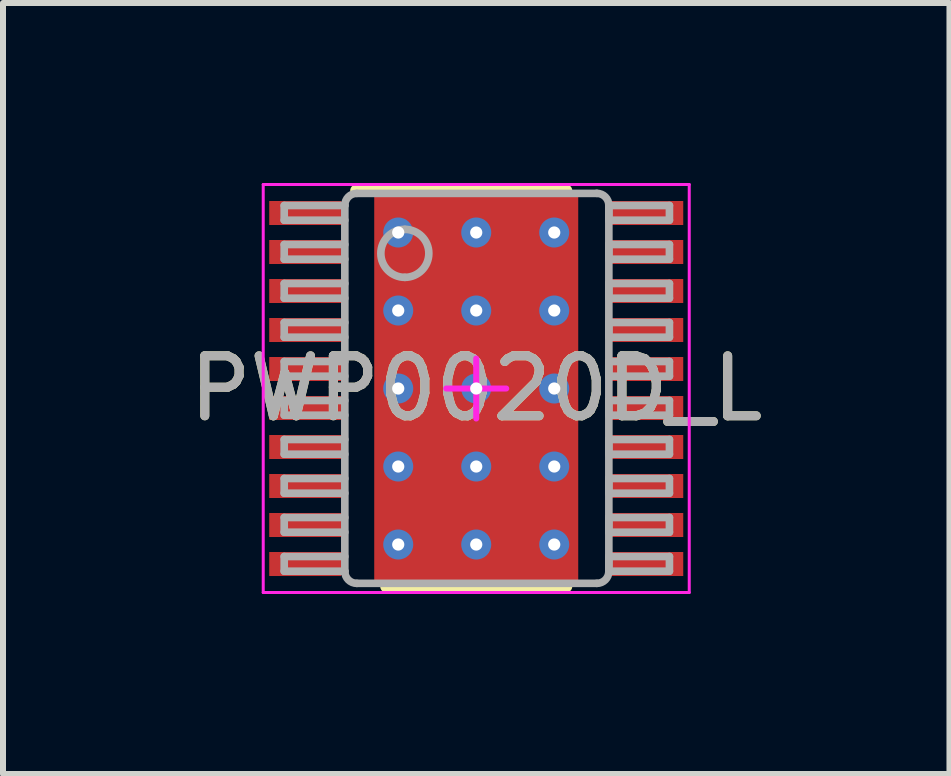
<source format=kicad_pcb>
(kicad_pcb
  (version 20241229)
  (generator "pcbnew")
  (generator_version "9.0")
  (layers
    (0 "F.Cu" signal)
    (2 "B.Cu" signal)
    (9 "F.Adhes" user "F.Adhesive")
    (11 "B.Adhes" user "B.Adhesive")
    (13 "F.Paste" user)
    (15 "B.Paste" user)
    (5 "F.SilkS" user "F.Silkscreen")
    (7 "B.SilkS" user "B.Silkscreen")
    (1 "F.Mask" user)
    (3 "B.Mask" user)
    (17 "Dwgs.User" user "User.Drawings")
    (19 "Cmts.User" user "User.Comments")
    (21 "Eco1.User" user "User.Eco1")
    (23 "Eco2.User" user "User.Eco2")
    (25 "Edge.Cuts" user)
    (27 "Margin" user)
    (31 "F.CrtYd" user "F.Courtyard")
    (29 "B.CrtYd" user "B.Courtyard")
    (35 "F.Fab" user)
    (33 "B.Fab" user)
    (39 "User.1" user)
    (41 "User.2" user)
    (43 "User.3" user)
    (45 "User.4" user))
  (footprint "PWP0020D_L"
    (layer "F.Cu")
    (at 4.887 3.425)
    (property "Reference" "PWP0020D_L" (at 0 0 0) (unlocked yes) (layer "F.SilkS") (effects (font (size 1 1) (thickness 0.15))))
    (attr smd)
    (fp_poly (pts (xy -1.2 1.65) (xy -1.2 -1.65) (xy -1.15 -1.7) (xy 1.15 -1.7) (xy 1.2 -1.65) (xy 1.2 1.65) (xy 1.15 1.7) (xy -1.15 1.7)) (stroke (width 0) (type solid)) (fill yes) (layer "F.Mask"))
    (fp_line (start -2 -3.3) (end 1.5 -3.3) (stroke (width 0.2) (type solid)) (layer "F.SilkS"))
    (fp_line (start -1.5 3.3) (end 1.5 3.3) (stroke (width 0.2) (type solid)) (layer "F.SilkS"))
    (fp_poly (pts (xy -1.2 1.65) (xy -1.2 -1.65) (xy -1.15 -1.7) (xy 1.15 -1.7) (xy 1.2 -1.65) (xy 1.2 1.65) (xy 1.15 1.7) (xy -1.15 1.7)) (stroke (width 0) (type solid)) (fill yes) (layer "F.Paste"))
    (fp_line (start -3.55 -3.4) (end 3.55 -3.4) (stroke (width 0.05) (type solid)) (layer "F.CrtYd"))
    (fp_line (start -3.55 3.4) (end -3.55 -3.4) (stroke (width 0.05) (type solid)) (layer "F.CrtYd"))
    (fp_line (start -3.55 3.4) (end 3.55 3.4) (stroke (width 0.05) (type solid)) (layer "F.CrtYd"))
    (fp_line (start -0.5 0) (end 0.5 0) (stroke (width 0.1) (type solid)) (layer "F.CrtYd"))
    (fp_line (start 0 0.5) (end 0 -0.5) (stroke (width 0.1) (type solid)) (layer "F.CrtYd"))
    (fp_line (start 3.55 3.4) (end 3.55 -3.4) (stroke (width 0.05) (type solid)) (layer "F.CrtYd"))
    (fp_line (start -3.2 -3.05) (end -2.19 -3.05) (stroke (width 0.127) (type solid)) (layer "F.Fab"))
    (fp_line (start -3.2 -2.805) (end -3.2 -3.05) (stroke (width 0.127) (type solid)) (layer "F.Fab"))
    (fp_line (start -3.2 -2.805) (end -2.19 -2.805) (stroke (width 0.127) (type solid)) (layer "F.Fab"))
    (fp_line (start -3.2 -2.4) (end -2.19 -2.4) (stroke (width 0.127) (type solid)) (layer "F.Fab"))
    (fp_line (start -3.2 -2.155) (end -3.2 -2.4) (stroke (width 0.127) (type solid)) (layer "F.Fab"))
    (fp_line (start -3.2 -2.155) (end -2.19 -2.155) (stroke (width 0.127) (type solid)) (layer "F.Fab"))
    (fp_line (start -3.2 -1.75) (end -2.19 -1.75) (stroke (width 0.127) (type solid)) (layer "F.Fab"))
    (fp_line (start -3.2 -1.505) (end -3.2 -1.75) (stroke (width 0.127) (type solid)) (layer "F.Fab"))
    (fp_line (start -3.2 -1.505) (end -2.19 -1.505) (stroke (width 0.127) (type solid)) (layer "F.Fab"))
    (fp_line (start -3.2 -1.1) (end -2.19 -1.1) (stroke (width 0.127) (type solid)) (layer "F.Fab"))
    (fp_line (start -3.2 -0.855) (end -3.2 -1.1) (stroke (width 0.127) (type solid)) (layer "F.Fab"))
    (fp_line (start -3.2 -0.855) (end -2.19 -0.855) (stroke (width 0.127) (type solid)) (layer "F.Fab"))
    (fp_line (start -3.2 -0.45) (end -2.19 -0.45) (stroke (width 0.127) (type solid)) (layer "F.Fab"))
    (fp_line (start -3.2 -0.205) (end -3.2 -0.45) (stroke (width 0.127) (type solid)) (layer "F.Fab"))
    (fp_line (start -3.2 -0.205) (end -2.19 -0.205) (stroke (width 0.127) (type solid)) (layer "F.Fab"))
    (fp_line (start -3.2 0.2) (end -2.19 0.2) (stroke (width 0.127) (type solid)) (layer "F.Fab"))
    (fp_line (start -3.2 0.445) (end -3.2 0.2) (stroke (width 0.127) (type solid)) (layer "F.Fab"))
    (fp_line (start -3.2 0.445) (end -2.19 0.445) (stroke (width 0.127) (type solid)) (layer "F.Fab"))
    (fp_line (start -3.2 0.85) (end -2.19 0.85) (stroke (width 0.127) (type solid)) (layer "F.Fab"))
    (fp_line (start -3.2 1.095) (end -3.2 0.85) (stroke (width 0.127) (type solid)) (layer "F.Fab"))
    (fp_line (start -3.2 1.095) (end -2.19 1.095) (stroke (width 0.127) (type solid)) (layer "F.Fab"))
    (fp_line (start -3.2 1.5) (end -2.19 1.5) (stroke (width 0.127) (type solid)) (layer "F.Fab"))
    (fp_line (start -3.2 1.745) (end -3.2 1.5) (stroke (width 0.127) (type solid)) (layer "F.Fab"))
    (fp_line (start -3.2 1.745) (end -2.19 1.745) (stroke (width 0.127) (type solid)) (layer "F.Fab"))
    (fp_line (start -3.2 2.15) (end -2.19 2.15) (stroke (width 0.127) (type solid)) (layer "F.Fab"))
    (fp_line (start -3.2 2.395) (end -3.2 2.15) (stroke (width 0.127) (type solid)) (layer "F.Fab"))
    (fp_line (start -3.2 2.395) (end -2.19 2.395) (stroke (width 0.127) (type solid)) (layer "F.Fab"))
    (fp_line (start -3.2 2.8) (end -2.19 2.8) (stroke (width 0.127) (type solid)) (layer "F.Fab"))
    (fp_line (start -3.2 3.045) (end -3.2 2.8) (stroke (width 0.127) (type solid)) (layer "F.Fab"))
    (fp_line (start -3.2 3.045) (end -2.19 3.045) (stroke (width 0.127) (type solid)) (layer "F.Fab"))
    (fp_line (start -2.19 3.047) (end -2.19 -3.052) (stroke (width 0.127) (type solid)) (layer "F.Fab"))
    (fp_line (start -1.99 -3.252) (end 2.01 -3.252) (stroke (width 0.127) (type solid)) (layer "F.Fab"))
    (fp_line (start -1.99 3.247) (end 2.01 3.247) (stroke (width 0.127) (type solid)) (layer "F.Fab"))
    (fp_line (start 2.21 -2.805) (end 2.21 -3.05) (stroke (width 0.127) (type solid)) (layer "F.Fab"))
    (fp_line (start 2.21 -2.155) (end 2.21 -2.4) (stroke (width 0.127) (type solid)) (layer "F.Fab"))
    (fp_line (start 2.21 -1.505) (end 2.21 -1.75) (stroke (width 0.127) (type solid)) (layer "F.Fab"))
    (fp_line (start 2.21 -0.855) (end 2.21 -1.1) (stroke (width 0.127) (type solid)) (layer "F.Fab"))
    (fp_line (start 2.21 -0.205) (end 2.21 -0.45) (stroke (width 0.127) (type solid)) (layer "F.Fab"))
    (fp_line (start 2.21 0.445) (end 2.21 0.2) (stroke (width 0.127) (type solid)) (layer "F.Fab"))
    (fp_line (start 2.21 1.095) (end 2.21 0.85) (stroke (width 0.127) (type solid)) (layer "F.Fab"))
    (fp_line (start 2.21 1.745) (end 2.21 1.5) (stroke (width 0.127) (type solid)) (layer "F.Fab"))
    (fp_line (start 2.21 2.395) (end 2.21 2.15) (stroke (width 0.127) (type solid)) (layer "F.Fab"))
    (fp_line (start 2.21 3.045) (end 2.21 2.8) (stroke (width 0.127) (type solid)) (layer "F.Fab"))
    (fp_line (start 2.21 3.047) (end 2.21 -3.052) (stroke (width 0.127) (type solid)) (layer "F.Fab"))
    (fp_line (start 2.21 -3.05) (end 3.22 -3.05) (stroke (width 0.127) (type solid)) (layer "F.Fab"))
    (fp_line (start 2.21 -2.805) (end 3.22 -2.805) (stroke (width 0.127) (type solid)) (layer "F.Fab"))
    (fp_line (start 2.21 -2.4) (end 3.22 -2.4) (stroke (width 0.127) (type solid)) (layer "F.Fab"))
    (fp_line (start 2.21 -2.155) (end 3.22 -2.155) (stroke (width 0.127) (type solid)) (layer "F.Fab"))
    (fp_line (start 2.21 -1.75) (end 3.22 -1.75) (stroke (width 0.127) (type solid)) (layer "F.Fab"))
    (fp_line (start 2.21 -1.505) (end 3.22 -1.505) (stroke (width 0.127) (type solid)) (layer "F.Fab"))
    (fp_line (start 2.21 -1.1) (end 3.22 -1.1) (stroke (width 0.127) (type solid)) (layer "F.Fab"))
    (fp_line (start 2.21 -0.855) (end 3.22 -0.855) (stroke (width 0.127) (type solid)) (layer "F.Fab"))
    (fp_line (start 2.21 -0.45) (end 3.22 -0.45) (stroke (width 0.127) (type solid)) (layer "F.Fab"))
    (fp_line (start 2.21 -0.205) (end 3.22 -0.205) (stroke (width 0.127) (type solid)) (layer "F.Fab"))
    (fp_line (start 2.21 0.2) (end 3.22 0.2) (stroke (width 0.127) (type solid)) (layer "F.Fab"))
    (fp_line (start 2.21 0.445) (end 3.22 0.445) (stroke (width 0.127) (type solid)) (layer "F.Fab"))
    (fp_line (start 2.21 0.85) (end 3.22 0.85) (stroke (width 0.127) (type solid)) (layer "F.Fab"))
    (fp_line (start 2.21 1.095) (end 3.22 1.095) (stroke (width 0.127) (type solid)) (layer "F.Fab"))
    (fp_line (start 2.21 1.5) (end 3.22 1.5) (stroke (width 0.127) (type solid)) (layer "F.Fab"))
    (fp_line (start 2.21 1.745) (end 3.22 1.745) (stroke (width 0.127) (type solid)) (layer "F.Fab"))
    (fp_line (start 2.21 2.15) (end 3.22 2.15) (stroke (width 0.127) (type solid)) (layer "F.Fab"))
    (fp_line (start 2.21 2.395) (end 3.22 2.395) (stroke (width 0.127) (type solid)) (layer "F.Fab"))
    (fp_line (start 2.21 2.8) (end 3.22 2.8) (stroke (width 0.127) (type solid)) (layer "F.Fab"))
    (fp_line (start 2.21 3.045) (end 3.22 3.045) (stroke (width 0.127) (type solid)) (layer "F.Fab"))
    (fp_line (start 3.22 -2.805) (end 3.22 -3.05) (stroke (width 0.127) (type solid)) (layer "F.Fab"))
    (fp_line (start 3.22 -2.155) (end 3.22 -2.4) (stroke (width 0.127) (type solid)) (layer "F.Fab"))
    (fp_line (start 3.22 -1.505) (end 3.22 -1.75) (stroke (width 0.127) (type solid)) (layer "F.Fab"))
    (fp_line (start 3.22 -0.855) (end 3.22 -1.1) (stroke (width 0.127) (type solid)) (layer "F.Fab"))
    (fp_line (start 3.22 -0.205) (end 3.22 -0.45) (stroke (width 0.127) (type solid)) (layer "F.Fab"))
    (fp_line (start 3.22 0.445) (end 3.22 0.2) (stroke (width 0.127) (type solid)) (layer "F.Fab"))
    (fp_line (start 3.22 1.095) (end 3.22 0.85) (stroke (width 0.127) (type solid)) (layer "F.Fab"))
    (fp_line (start 3.22 1.745) (end 3.22 1.5) (stroke (width 0.127) (type solid)) (layer "F.Fab"))
    (fp_line (start 3.22 2.395) (end 3.22 2.15) (stroke (width 0.127) (type solid)) (layer "F.Fab"))
    (fp_line (start 3.22 3.045) (end 3.22 2.8) (stroke (width 0.127) (type solid)) (layer "F.Fab"))
    (fp_arc (start -2.189869 -3.052488) (mid -2.13129 -3.193909) (end -1.989869 -3.252488) (stroke (width 0.127) (type solid)) (layer "F.Fab"))
    (fp_arc (start -1.989869 3.247499) (mid -2.13129 3.188921) (end -2.189869 3.0475) (stroke (width 0.127) (type solid)) (layer "F.Fab"))
    (fp_arc (start -1.189871 -2.652489) (mid -0.789871 -2.25249) (end -1.189871 -1.852491) (stroke (width 0.127) (type solid)) (layer "F.Fab"))
    (fp_arc (start -1.189871 -1.852491) (mid -1.58987 -2.25249) (end -1.189871 -2.652489) (stroke (width 0.127) (type solid)) (layer "F.Fab"))
    (fp_arc (start 2.010123 -3.252488) (mid 2.151544 -3.193909) (end 2.210123 -3.052488) (stroke (width 0.127) (type solid)) (layer "F.Fab"))
    (fp_arc (start 2.210123 3.0475) (mid 2.151544 3.188921) (end 2.010123 3.247499) (stroke (width 0.127) (type solid)) (layer "F.Fab"))
    (fp_text user "${REFERENCE}" (at 0 0 0) (unlocked yes) (layer "F.Fab") (effects (font (size 1 1) (thickness 0.15))))
    (pad "1" smd rect (at -2.85 -2.925 90) (size 0.4 1.2) (layers "F.Cu" "F.Mask" "F.Paste"))
    (pad "2" smd rect (at -2.85 -2.275 90) (size 0.4 1.2) (layers "F.Cu" "F.Mask" "F.Paste"))
    (pad "3" smd rect (at -2.85 -1.625 90) (size 0.4 1.2) (layers "F.Cu" "F.Mask" "F.Paste"))
    (pad "4" smd rect (at -2.85 -0.975 90) (size 0.4 1.2) (layers "F.Cu" "F.Mask" "F.Paste"))
    (pad "5" smd rect (at -2.85 -0.325 90) (size 0.4 1.2) (layers "F.Cu" "F.Mask" "F.Paste"))
    (pad "6" smd rect (at -2.85 0.325 90) (size 0.4 1.2) (layers "F.Cu" "F.Mask" "F.Paste"))
    (pad "7" smd rect (at -2.85 0.975 90) (size 0.4 1.2) (layers "F.Cu" "F.Mask" "F.Paste"))
    (pad "8" smd rect (at -2.85 1.625 90) (size 0.4 1.2) (layers "F.Cu" "F.Mask" "F.Paste"))
    (pad "9" smd rect (at -2.85 2.275 90) (size 0.4 1.2) (layers "F.Cu" "F.Mask" "F.Paste"))
    (pad "10" smd rect (at -2.85 2.925 90) (size 0.4 1.2) (layers "F.Cu" "F.Mask" "F.Paste"))
    (pad "11" smd rect (at 2.85 2.925 90) (size 0.4 1.2) (layers "F.Cu" "F.Mask" "F.Paste"))
    (pad "12" smd rect (at 2.85 2.275 90) (size 0.4 1.2) (layers "F.Cu" "F.Mask" "F.Paste"))
    (pad "13" smd rect (at 2.85 1.625 90) (size 0.4 1.2) (layers "F.Cu" "F.Mask" "F.Paste"))
    (pad "14" smd rect (at 2.85 0.975 90) (size 0.4 1.2) (layers "F.Cu" "F.Mask" "F.Paste"))
    (pad "15" smd rect (at 2.85 0.325 90) (size 0.4 1.2) (layers "F.Cu" "F.Mask" "F.Paste"))
    (pad "16" smd rect (at 2.85 -0.325 90) (size 0.4 1.2) (layers "F.Cu" "F.Mask" "F.Paste"))
    (pad "17" smd rect (at 2.85 -0.975 90) (size 0.4 1.2) (layers "F.Cu" "F.Mask" "F.Paste"))
    (pad "18" smd rect (at 2.85 -1.625 90) (size 0.4 1.2) (layers "F.Cu" "F.Mask" "F.Paste"))
    (pad "19" smd rect (at 2.85 -2.275 90) (size 0.4 1.2) (layers "F.Cu" "F.Mask" "F.Paste"))
    (pad "20" smd rect (at 2.85 -2.925 90) (size 0.4 1.2) (layers "F.Cu" "F.Mask" "F.Paste"))
    (pad "21" smd rect (at 0 0) (size 3.4 6.5) (layers "F.Cu"))
    (pad "V" thru_hole circle (at -1.3 -2.6) (size 0.5 0.5) (drill 0.203) (layers "*.Cu" "*.Mask"))
    (pad "V" thru_hole circle (at -1.3 -1.3) (size 0.5 0.5) (drill 0.203) (layers "*.Cu" "*.Mask"))
    (pad "V" thru_hole circle (at -1.3 0) (size 0.5 0.5) (drill 0.203) (layers "*.Cu" "*.Mask"))
    (pad "V" thru_hole circle (at -1.3 1.3) (size 0.5 0.5) (drill 0.203) (layers "*.Cu" "*.Mask"))
    (pad "V" thru_hole circle (at -1.3 2.6) (size 0.5 0.5) (drill 0.203) (layers "*.Cu" "*.Mask"))
    (pad "V" thru_hole circle (at 0 -2.6) (size 0.5 0.5) (drill 0.203) (layers "*.Cu" "*.Mask"))
    (pad "V" thru_hole circle (at 0 -1.3) (size 0.5 0.5) (drill 0.203) (layers "*.Cu" "*.Mask"))
    (pad "V" thru_hole circle (at 0 0) (size 0.5 0.5) (drill 0.203) (layers "*.Cu" "*.Mask"))
    (pad "V" thru_hole circle (at 0 1.3) (size 0.5 0.5) (drill 0.203) (layers "*.Cu" "*.Mask"))
    (pad "V" thru_hole circle (at 0 2.6) (size 0.5 0.5) (drill 0.203) (layers "*.Cu" "*.Mask"))
    (pad "V" thru_hole circle (at 1.3 -2.6) (size 0.5 0.5) (drill 0.203) (layers "*.Cu" "*.Mask"))
    (pad "V" thru_hole circle (at 1.3 -1.3) (size 0.5 0.5) (drill 0.203) (layers "*.Cu" "*.Mask"))
    (pad "V" thru_hole circle (at 1.3 0) (size 0.5 0.5) (drill 0.203) (layers "*.Cu" "*.Mask"))
    (pad "V" thru_hole circle (at 1.3 1.3) (size 0.5 0.5) (drill 0.203) (layers "*.Cu" "*.Mask"))
    (pad "V" thru_hole circle (at 1.3 2.6) (size 0.5 0.5) (drill 0.203) (layers "*.Cu" "*.Mask")))
  (gr_rect
    (start -3 -3)
    (end 12.774 9.85)
    (stroke (width 0.1) (type default))
    (fill no)
    (layer "Edge.Cuts")))
</source>
